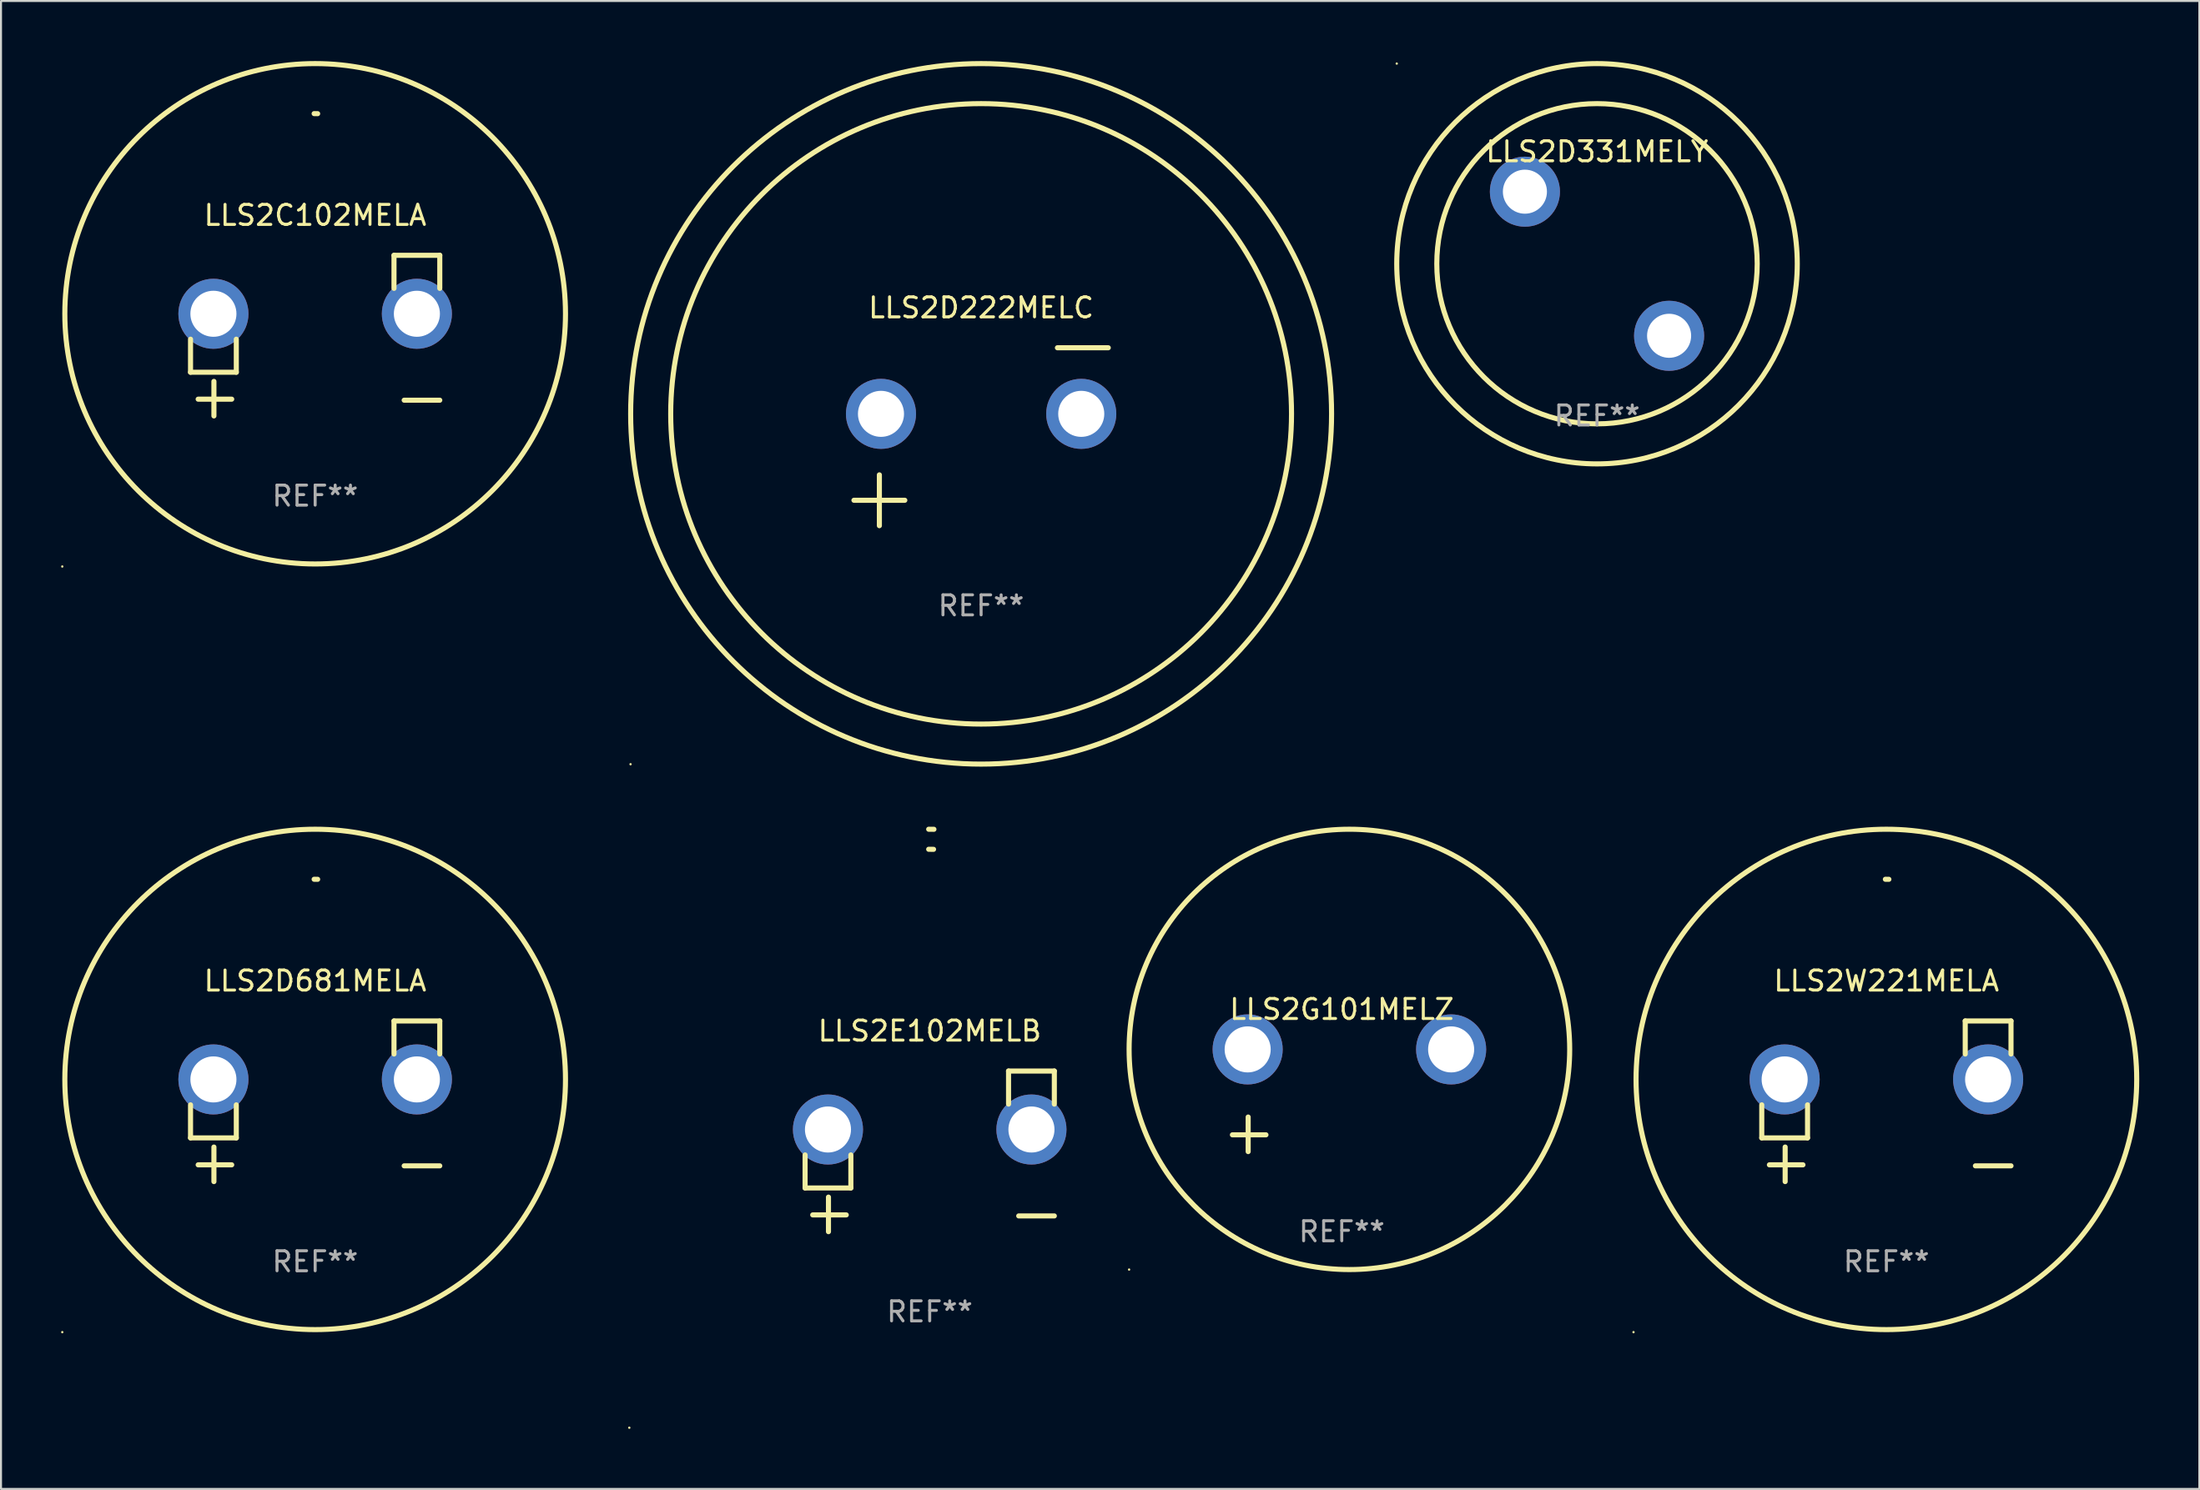
<source format=kicad_pcb>
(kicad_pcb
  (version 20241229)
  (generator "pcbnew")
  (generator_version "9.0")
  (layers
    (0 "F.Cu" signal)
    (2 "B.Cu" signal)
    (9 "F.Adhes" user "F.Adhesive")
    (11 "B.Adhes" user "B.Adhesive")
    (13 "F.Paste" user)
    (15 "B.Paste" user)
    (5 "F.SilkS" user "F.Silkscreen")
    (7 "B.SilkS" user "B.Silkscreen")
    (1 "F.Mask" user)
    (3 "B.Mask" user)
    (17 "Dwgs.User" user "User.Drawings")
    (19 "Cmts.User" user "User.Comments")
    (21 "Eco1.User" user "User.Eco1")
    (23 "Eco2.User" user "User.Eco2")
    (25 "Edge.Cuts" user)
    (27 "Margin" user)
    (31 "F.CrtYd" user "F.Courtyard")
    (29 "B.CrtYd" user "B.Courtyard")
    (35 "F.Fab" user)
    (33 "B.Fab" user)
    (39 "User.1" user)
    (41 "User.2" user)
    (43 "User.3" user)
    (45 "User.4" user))
  (footprint "LLS2G101MELZ"
    (layer "F.Cu")
    (at 63.95 51.934)
    (property "Reference" "LLS2G101MELZ" (at 0 -4.553 0) (layer "F.SilkS") (effects (font (size 1 1) (thickness 0.15))))
    (attr through_hole)
    (fp_line (start -4.674 2.553) (end -4.674 0.826) (stroke (width 0.254) (type solid)) (layer "F.SilkS"))
    (fp_line (start -3.785 1.715) (end -5.461 1.715) (stroke (width 0.254) (type solid)) (layer "F.SilkS"))
    (fp_circle (center -10.619 8.447) (end -10.589 8.447) (stroke (width 0.06) (type solid)) (fill no) (layer "F.SilkS"))
    (fp_circle (center 0.381 -2.553) (end 11.381 -2.553) (stroke (width 0.254) (type solid)) (fill no) (layer "F.SilkS"))
    (fp_text user "REF**" (at 0 6.553 0) (layer "F.Fab") (effects (font (size 1 1) (thickness 0.15))))
    (pad "1" thru_hole circle (at -4.699 -2.553) (size 3.5 3.5) (drill 2.3) (layers "*.Cu" "*.Mask"))
    (pad "2" thru_hole circle (at 5.461 -2.553) (size 3.5 3.5) (drill 2.3) (layers "*.Cu" "*.Mask")))
  (footprint "LLS2W221MELA"
    (layer "F.Cu")
    (at 91.145 51.973)
    (property "Reference" "LLS2W221MELA" (at 0 -6.013 0) (layer "F.SilkS") (effects (font (size 1 1) (thickness 0.15))))
    (attr through_hole)
    (fp_line (start -6.223 0.178) (end -6.223 1.829) (stroke (width 0.254) (type solid)) (layer "F.SilkS"))
    (fp_line (start -6.223 1.829) (end -3.937 1.829) (stroke (width 0.254) (type solid)) (layer "F.SilkS"))
    (fp_line (start -5.055 4.013) (end -5.055 2.286) (stroke (width 0.254) (type solid)) (layer "F.SilkS"))
    (fp_line (start -4.166 3.175) (end -5.842 3.175) (stroke (width 0.254) (type solid)) (layer "F.SilkS"))
    (fp_line (start -3.937 1.829) (end -3.937 0.178) (stroke (width 0.254) (type solid)) (layer "F.SilkS"))
    (fp_line (start 3.937 -4.013) (end 3.937 -2.362) (stroke (width 0.254) (type solid)) (layer "F.SilkS"))
    (fp_line (start 6.223 -4.013) (end 3.937 -4.013) (stroke (width 0.254) (type solid)) (layer "F.SilkS"))
    (fp_line (start 6.223 -2.362) (end 6.223 -4.013) (stroke (width 0.254) (type solid)) (layer "F.SilkS"))
    (fp_line (start 6.223 3.226) (end 4.445 3.226) (stroke (width 0.254) (type solid)) (layer "F.SilkS"))
    (fp_arc (start -0.0508 -11.092202) (mid 0.036835 -11.091307) (end 0.12446 -11.089662) (stroke (width 0.254001) (type solid)) (layer "F.SilkS"))
    (fp_circle (center -12.627 11.535) (end -12.597 11.535) (stroke (width 0.06) (type solid)) (fill no) (layer "F.SilkS"))
    (fp_circle (center 0 -1.092) (end 12.5 -1.092) (stroke (width 0.254) (type solid)) (fill no) (layer "F.SilkS"))
    (fp_text user "REF**" (at 0 8.013 0) (layer "F.Fab") (effects (font (size 1 1) (thickness 0.15))))
    (pad "1" thru_hole circle (at -5.08 -1.092) (size 3.5 3.5) (drill 2.3) (layers "*.Cu" "*.Mask"))
    (pad "2" thru_hole circle (at 5.08 -1.092) (size 3.5 3.5) (drill 2.3) (layers "*.Cu" "*.Mask")))
  (footprint "LLS2D681MELA"
    (layer "F.Cu")
    (at 12.687 51.973)
    (property "Reference" "LLS2D681MELA" (at 0 -6.013 0) (layer "F.SilkS") (effects (font (size 1 1) (thickness 0.15))))
    (attr through_hole)
    (fp_line (start -6.223 0.178) (end -6.223 1.829) (stroke (width 0.254) (type solid)) (layer "F.SilkS"))
    (fp_line (start -6.223 1.829) (end -3.937 1.829) (stroke (width 0.254) (type solid)) (layer "F.SilkS"))
    (fp_line (start -5.055 4.013) (end -5.055 2.286) (stroke (width 0.254) (type solid)) (layer "F.SilkS"))
    (fp_line (start -4.166 3.175) (end -5.842 3.175) (stroke (width 0.254) (type solid)) (layer "F.SilkS"))
    (fp_line (start -3.937 1.829) (end -3.937 0.178) (stroke (width 0.254) (type solid)) (layer "F.SilkS"))
    (fp_line (start 3.937 -4.013) (end 3.937 -2.362) (stroke (width 0.254) (type solid)) (layer "F.SilkS"))
    (fp_line (start 6.223 -4.013) (end 3.937 -4.013) (stroke (width 0.254) (type solid)) (layer "F.SilkS"))
    (fp_line (start 6.223 -2.362) (end 6.223 -4.013) (stroke (width 0.254) (type solid)) (layer "F.SilkS"))
    (fp_line (start 6.223 3.226) (end 4.445 3.226) (stroke (width 0.254) (type solid)) (layer "F.SilkS"))
    (fp_arc (start -0.0508 -11.092202) (mid 0.036835 -11.091307) (end 0.12446 -11.089662) (stroke (width 0.254001) (type solid)) (layer "F.SilkS"))
    (fp_circle (center -12.627 11.535) (end -12.597 11.535) (stroke (width 0.06) (type solid)) (fill no) (layer "F.SilkS"))
    (fp_circle (center 0 -1.092) (end 12.5 -1.092) (stroke (width 0.254) (type solid)) (fill no) (layer "F.SilkS"))
    (fp_text user "REF**" (at 0 8.013 0) (layer "F.Fab") (effects (font (size 1 1) (thickness 0.15))))
    (pad "1" thru_hole circle (at -5.08 -1.092) (size 3.5 3.5) (drill 2.3) (layers "*.Cu" "*.Mask"))
    (pad "2" thru_hole circle (at 5.08 -1.092) (size 3.5 3.5) (drill 2.3) (layers "*.Cu" "*.Mask")))
  (footprint "LLS2E102MELB"
    (layer "F.Cu")
    (at 43.374 54.475)
    (property "Reference" "LLS2E102MELB" (at 0 -6.013 0) (layer "F.SilkS") (effects (font (size 1 1) (thickness 0.15))))
    (attr through_hole)
    (fp_line (start -6.223 0.178) (end -6.223 1.829) (stroke (width 0.254) (type solid)) (layer "F.SilkS"))
    (fp_line (start -6.223 1.829) (end -3.937 1.829) (stroke (width 0.254) (type solid)) (layer "F.SilkS"))
    (fp_line (start -5.055 4.013) (end -5.055 2.286) (stroke (width 0.254) (type solid)) (layer "F.SilkS"))
    (fp_line (start -4.166 3.175) (end -5.842 3.175) (stroke (width 0.254) (type solid)) (layer "F.SilkS"))
    (fp_line (start -3.937 1.829) (end -3.937 0.178) (stroke (width 0.254) (type solid)) (layer "F.SilkS"))
    (fp_line (start 3.937 -4.013) (end 3.937 -2.362) (stroke (width 0.254) (type solid)) (layer "F.SilkS"))
    (fp_line (start 6.223 -4.013) (end 3.937 -4.013) (stroke (width 0.254) (type solid)) (layer "F.SilkS"))
    (fp_line (start 6.223 -2.362) (end 6.223 -4.013) (stroke (width 0.254) (type solid)) (layer "F.SilkS"))
    (fp_line (start 6.223 3.226) (end 4.445 3.226) (stroke (width 0.254) (type solid)) (layer "F.SilkS"))
    (fp_arc (start -0.0508 -16.093472) (mid 0.080016 -16.092762) (end 0.210821 -16.090932) (stroke (width 0.254001) (type solid)) (layer "F.SilkS"))
    (fp_arc (start -0.0508 -15.09271) (mid 0.071125 -15.091961) (end 0.19304 -15.09017) (stroke (width 0.254001) (type solid)) (layer "F.SilkS"))
    (fp_circle (center -15 13.808) (end -14.97 13.808) (stroke (width 0.06) (type solid)) (fill no) (layer "F.SilkS"))
    (fp_text user "REF**" (at 0 8.013 0) (layer "F.Fab") (effects (font (size 1 1) (thickness 0.15))))
    (pad "1" thru_hole circle (at -5.08 -1.092) (size 3.5 3.5) (drill 2.3) (layers "*.Cu" "*.Mask"))
    (pad "2" thru_hole circle (at 5.08 -1.092) (size 3.5 3.5) (drill 2.3) (layers "*.Cu" "*.Mask")))
  (footprint "LLS2C102MELA"
    (layer "F.Cu")
    (at 12.687 13.719)
    (property "Reference" "LLS2C102MELA" (at 0 -6.013 0) (layer "F.SilkS") (effects (font (size 1 1) (thickness 0.15))))
    (attr through_hole)
    (fp_line (start -6.223 0.178) (end -6.223 1.829) (stroke (width 0.254) (type solid)) (layer "F.SilkS"))
    (fp_line (start -6.223 1.829) (end -3.937 1.829) (stroke (width 0.254) (type solid)) (layer "F.SilkS"))
    (fp_line (start -5.055 4.013) (end -5.055 2.286) (stroke (width 0.254) (type solid)) (layer "F.SilkS"))
    (fp_line (start -4.166 3.175) (end -5.842 3.175) (stroke (width 0.254) (type solid)) (layer "F.SilkS"))
    (fp_line (start -3.937 1.829) (end -3.937 0.178) (stroke (width 0.254) (type solid)) (layer "F.SilkS"))
    (fp_line (start 3.937 -4.013) (end 3.937 -2.362) (stroke (width 0.254) (type solid)) (layer "F.SilkS"))
    (fp_line (start 6.223 -4.013) (end 3.937 -4.013) (stroke (width 0.254) (type solid)) (layer "F.SilkS"))
    (fp_line (start 6.223 -2.362) (end 6.223 -4.013) (stroke (width 0.254) (type solid)) (layer "F.SilkS"))
    (fp_line (start 6.223 3.226) (end 4.445 3.226) (stroke (width 0.254) (type solid)) (layer "F.SilkS"))
    (fp_arc (start -0.0508 -11.092202) (mid 0.036835 -11.091307) (end 0.12446 -11.089662) (stroke (width 0.254001) (type solid)) (layer "F.SilkS"))
    (fp_circle (center -12.627 11.535) (end -12.597 11.535) (stroke (width 0.06) (type solid)) (fill no) (layer "F.SilkS"))
    (fp_circle (center 0 -1.092) (end 12.5 -1.092) (stroke (width 0.254) (type solid)) (fill no) (layer "F.SilkS"))
    (fp_text user "REF**" (at 0 8.013 0) (layer "F.Fab") (effects (font (size 1 1) (thickness 0.15))))
    (pad "1" thru_hole circle (at -5.08 -1.092) (size 3.5 3.5) (drill 2.3) (layers "*.Cu" "*.Mask"))
    (pad "2" thru_hole circle (at 5.08 -1.092) (size 3.5 3.5) (drill 2.3) (layers "*.Cu" "*.Mask")))
  (footprint "LLS2D331MELY"
    (layer "F.Cu")
    (at 76.695 10.127)
    (property "Reference" "LLS2D331MELY" (at 0 -5.6 0) (layer "F.SilkS") (effects (font (size 1 1) (thickness 0.15))))
    (attr through_hole)
    (fp_circle (center -10 -10) (end -9.97 -10) (stroke (width 0.06) (type solid)) (fill no) (layer "F.SilkS"))
    (fp_circle (center 0 0) (end 8 0) (stroke (width 0.254) (type solid)) (fill no) (layer "F.SilkS"))
    (fp_circle (center 0 0) (end 10 0) (stroke (width 0.254) (type solid)) (fill no) (layer "F.SilkS"))
    (fp_text user "+" (at -5.334 -2.101 0) (layer "B.Mask") (effects (font (size 1 1) (thickness 0.15))))
    (fp_text user "REF**" (at 0 7.6 0) (layer "F.Fab") (effects (font (size 1 1) (thickness 0.15))))
    (pad "1" thru_hole circle (at -3.6 -3.6) (size 3.5 3.5) (drill 2.2) (layers "*.Cu" "*.Mask"))
    (pad "2" thru_hole circle (at 3.6 3.6) (size 3.5 3.5) (drill 2.2) (layers "*.Cu" "*.Mask")))
  (footprint "LLS2D222MELC"
    (layer "F.Cu")
    (at 45.941 18.77)
    (property "Reference" "LLS2D222MELC" (at 0 -6.445 0) (layer "F.SilkS") (effects (font (size 1 1) (thickness 0.15))))
    (attr through_hole)
    (fp_line (start -6.35 3.175) (end -3.81 3.175) (stroke (width 0.254) (type solid)) (layer "F.SilkS"))
    (fp_line (start -5.08 1.905) (end -5.08 4.445) (stroke (width 0.254) (type solid)) (layer "F.SilkS"))
    (fp_line (start 3.81 -4.445) (end 6.35 -4.445) (stroke (width 0.254) (type solid)) (layer "F.SilkS"))
    (fp_circle (center -17.505 16.362) (end -17.475 16.362) (stroke (width 0.06) (type solid)) (fill no) (layer "F.SilkS"))
    (fp_circle (center 0 -1.143) (end 15.5 -1.143) (stroke (width 0.254) (type solid)) (fill no) (layer "F.SilkS"))
    (fp_circle (center 0 -1.143) (end 17.5 -1.143) (stroke (width 0.254) (type solid)) (fill no) (layer "F.SilkS"))
    (fp_text user "REF**" (at 0 8.445 0) (layer "F.Fab") (effects (font (size 1 1) (thickness 0.15))))
    (pad "1" thru_hole circle (at -5 -1.143) (size 3.5 3.5) (drill 2.3) (layers "*.Cu" "*.Mask"))
    (pad "2" thru_hole circle (at 5 -1.143) (size 3.5 3.5) (drill 2.3) (layers "*.Cu" "*.Mask")))
  (gr_rect
    (start -3 -3)
    (end 106.772 71.343)
    (stroke (width 0.1) (type default))
    (fill no)
    (layer "Edge.Cuts")))
</source>
